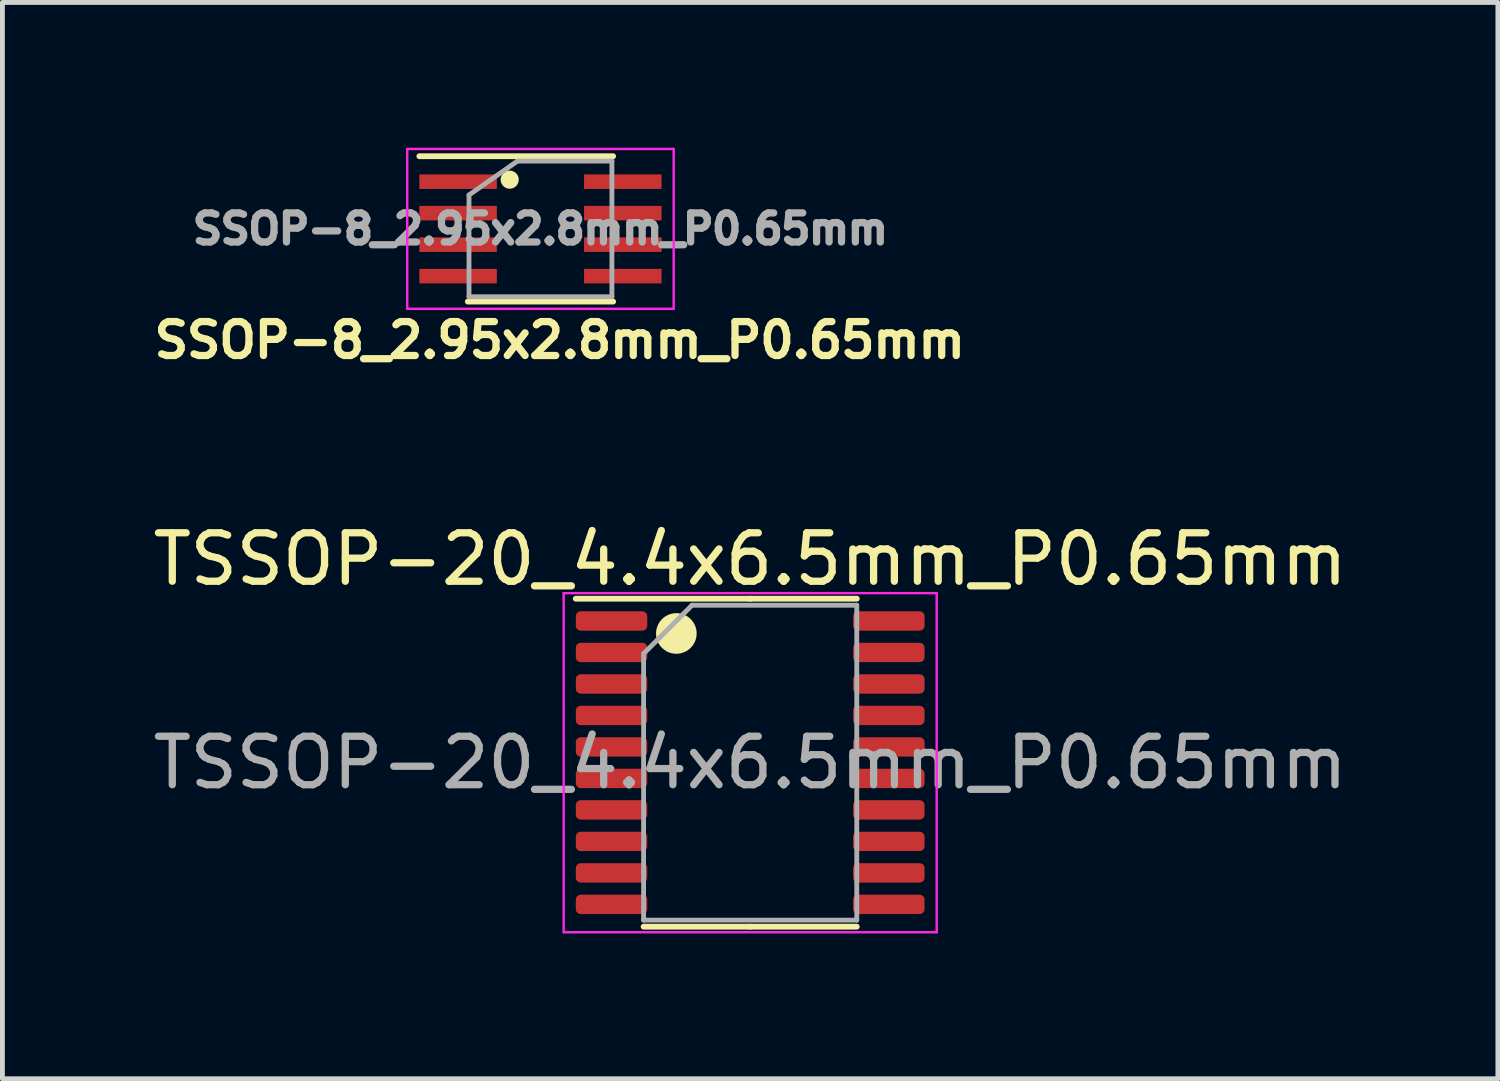
<source format=kicad_pcb>
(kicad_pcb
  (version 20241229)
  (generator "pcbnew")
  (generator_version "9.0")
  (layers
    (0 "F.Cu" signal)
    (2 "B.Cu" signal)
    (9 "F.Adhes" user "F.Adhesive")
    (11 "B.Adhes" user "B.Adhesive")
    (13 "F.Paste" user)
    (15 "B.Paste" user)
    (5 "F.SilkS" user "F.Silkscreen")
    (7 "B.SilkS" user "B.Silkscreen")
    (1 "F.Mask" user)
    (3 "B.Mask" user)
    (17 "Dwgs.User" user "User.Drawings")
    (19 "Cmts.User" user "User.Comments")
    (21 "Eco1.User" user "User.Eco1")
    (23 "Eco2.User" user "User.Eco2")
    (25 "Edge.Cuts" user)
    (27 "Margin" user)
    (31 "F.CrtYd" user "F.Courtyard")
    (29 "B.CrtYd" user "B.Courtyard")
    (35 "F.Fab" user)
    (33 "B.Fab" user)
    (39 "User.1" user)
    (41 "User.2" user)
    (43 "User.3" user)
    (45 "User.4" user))
  (footprint "TSSOP-20_4.4x6.5mm_P0.65mm"
    (layer "F.Cu")
    (at 12.435 12.693)
    (property "Reference" "TSSOP-20_4.4x6.5mm_P0.65mm" (at 0 -4.2 0) (layer "F.SilkS") (effects (font (size 1 1) (thickness 0.15))))
    (attr smd)
    (fp_line (start 0 -3.385) (end -3.6 -3.385) (stroke (width 0.12) (type solid)) (layer "F.SilkS"))
    (fp_line (start 0 -3.385) (end 2.2 -3.385) (stroke (width 0.12) (type solid)) (layer "F.SilkS"))
    (fp_line (start 0 3.385) (end -2.2 3.385) (stroke (width 0.12) (type solid)) (layer "F.SilkS"))
    (fp_line (start 0 3.385) (end 2.2 3.385) (stroke (width 0.12) (type solid)) (layer "F.SilkS"))
    (fp_circle (center -1.524 -2.667) (end -1.165 -2.667) (stroke (width 0.12) (type solid)) (fill yes) (layer "F.SilkS"))
    (fp_line (start -3.85 -3.5) (end -3.85 3.5) (stroke (width 0.05) (type solid)) (layer "F.CrtYd"))
    (fp_line (start -3.85 3.5) (end 3.85 3.5) (stroke (width 0.05) (type solid)) (layer "F.CrtYd"))
    (fp_line (start 3.85 -3.5) (end -3.85 -3.5) (stroke (width 0.05) (type solid)) (layer "F.CrtYd"))
    (fp_line (start 3.85 3.5) (end 3.85 -3.5) (stroke (width 0.05) (type solid)) (layer "F.CrtYd"))
    (fp_line (start -2.2 -2.25) (end -1.2 -3.25) (stroke (width 0.1) (type solid)) (layer "F.Fab"))
    (fp_line (start -2.2 3.25) (end -2.2 -2.25) (stroke (width 0.1) (type solid)) (layer "F.Fab"))
    (fp_line (start -1.2 -3.25) (end 2.2 -3.25) (stroke (width 0.1) (type solid)) (layer "F.Fab"))
    (fp_line (start 2.2 -3.25) (end 2.2 3.25) (stroke (width 0.1) (type solid)) (layer "F.Fab"))
    (fp_line (start 2.2 3.25) (end -2.2 3.25) (stroke (width 0.1) (type solid)) (layer "F.Fab"))
    (fp_text user "${REFERENCE}" (at 0 0 0) (layer "F.Fab") (effects (font (size 1 1) (thickness 0.15))))
    (pad "1" smd roundrect (at -2.862 -2.925) (size 1.475 0.4) (layers "F.Cu" "F.Mask" "F.Paste") (roundrect_rratio 0.25))
    (pad "2" smd roundrect (at -2.862 -2.275) (size 1.475 0.4) (layers "F.Cu" "F.Mask" "F.Paste") (roundrect_rratio 0.25))
    (pad "3" smd roundrect (at -2.862 -1.625) (size 1.475 0.4) (layers "F.Cu" "F.Mask" "F.Paste") (roundrect_rratio 0.25))
    (pad "4" smd roundrect (at -2.862 -0.975) (size 1.475 0.4) (layers "F.Cu" "F.Mask" "F.Paste") (roundrect_rratio 0.25))
    (pad "5" smd roundrect (at -2.862 -0.325) (size 1.475 0.4) (layers "F.Cu" "F.Mask" "F.Paste") (roundrect_rratio 0.25))
    (pad "6" smd roundrect (at -2.862 0.325) (size 1.475 0.4) (layers "F.Cu" "F.Mask" "F.Paste") (roundrect_rratio 0.25))
    (pad "7" smd roundrect (at -2.862 0.975) (size 1.475 0.4) (layers "F.Cu" "F.Mask" "F.Paste") (roundrect_rratio 0.25))
    (pad "8" smd roundrect (at -2.862 1.625) (size 1.475 0.4) (layers "F.Cu" "F.Mask" "F.Paste") (roundrect_rratio 0.25))
    (pad "9" smd roundrect (at -2.862 2.275) (size 1.475 0.4) (layers "F.Cu" "F.Mask" "F.Paste") (roundrect_rratio 0.25))
    (pad "10" smd roundrect (at -2.862 2.925) (size 1.475 0.4) (layers "F.Cu" "F.Mask" "F.Paste") (roundrect_rratio 0.25))
    (pad "11" smd roundrect (at 2.862 2.925) (size 1.475 0.4) (layers "F.Cu" "F.Mask" "F.Paste") (roundrect_rratio 0.25))
    (pad "12" smd roundrect (at 2.862 2.275) (size 1.475 0.4) (layers "F.Cu" "F.Mask" "F.Paste") (roundrect_rratio 0.25))
    (pad "13" smd roundrect (at 2.862 1.625) (size 1.475 0.4) (layers "F.Cu" "F.Mask" "F.Paste") (roundrect_rratio 0.25))
    (pad "14" smd roundrect (at 2.862 0.975) (size 1.475 0.4) (layers "F.Cu" "F.Mask" "F.Paste") (roundrect_rratio 0.25))
    (pad "15" smd roundrect (at 2.862 0.325) (size 1.475 0.4) (layers "F.Cu" "F.Mask" "F.Paste") (roundrect_rratio 0.25))
    (pad "16" smd roundrect (at 2.862 -0.325) (size 1.475 0.4) (layers "F.Cu" "F.Mask" "F.Paste") (roundrect_rratio 0.25))
    (pad "17" smd roundrect (at 2.862 -0.975) (size 1.475 0.4) (layers "F.Cu" "F.Mask" "F.Paste") (roundrect_rratio 0.25))
    (pad "18" smd roundrect (at 2.862 -1.625) (size 1.475 0.4) (layers "F.Cu" "F.Mask" "F.Paste") (roundrect_rratio 0.25))
    (pad "19" smd roundrect (at 2.862 -2.275) (size 1.475 0.4) (layers "F.Cu" "F.Mask" "F.Paste") (roundrect_rratio 0.25))
    (pad "20" smd roundrect (at 2.862 -2.925) (size 1.475 0.4) (layers "F.Cu" "F.Mask" "F.Paste") (roundrect_rratio 0.25)))
  (footprint "SSOP-8_2.95x2.8mm_P0.65mm"
    (layer "F.Cu")
    (at 8.106 1.675)
    (property "Reference" "SSOP-8_2.95x2.8mm_P0.65mm" (at 0.399 2.297 180) (layer "F.SilkS") (effects (font (size 0.7 0.7) (thickness 0.15))))
    (attr smd)
    (fp_line (start 1.5 -1.5) (end -2.5 -1.5) (stroke (width 0.12) (type solid)) (layer "F.SilkS"))
    (fp_line (start 1.5 1.5) (end -1.5 1.5) (stroke (width 0.12) (type solid)) (layer "F.SilkS"))
    (fp_circle (center -0.635 -1.016) (end -0.508 -1.016) (stroke (width 0.12) (type solid)) (fill yes) (layer "F.SilkS"))
    (fp_line (start -2.75 -1.65) (end 2.75 -1.65) (stroke (width 0.05) (type solid)) (layer "F.CrtYd"))
    (fp_line (start -2.75 1.65) (end -2.75 -1.65) (stroke (width 0.05) (type solid)) (layer "F.CrtYd"))
    (fp_line (start 2.75 -1.65) (end 2.75 1.65) (stroke (width 0.05) (type solid)) (layer "F.CrtYd"))
    (fp_line (start 2.75 1.65) (end -2.75 1.65) (stroke (width 0.05) (type solid)) (layer "F.CrtYd"))
    (fp_line (start -1.475 1.4) (end -1.475 -0.7) (stroke (width 0.1) (type solid)) (layer "F.Fab"))
    (fp_line (start -0.475 -1.4) (end -1.475 -0.7) (stroke (width 0.1) (type solid)) (layer "F.Fab"))
    (fp_line (start -0.475 -1.4) (end 1.475 -1.4) (stroke (width 0.1) (type solid)) (layer "F.Fab"))
    (fp_line (start 1.475 -1.4) (end 1.475 1.4) (stroke (width 0.1) (type solid)) (layer "F.Fab"))
    (fp_line (start 1.475 1.4) (end -1.475 1.4) (stroke (width 0.1) (type solid)) (layer "F.Fab"))
    (fp_text user "${REFERENCE}" (at 0 0 0) (layer "F.Fab") (effects (font (size 0.6 0.6) (thickness 0.15))))
    (pad "1" smd rect (at -1.7 -0.975 270) (size 0.3 1.6) (layers "F.Cu" "F.Mask" "F.Paste"))
    (pad "2" smd rect (at -1.7 -0.325 270) (size 0.3 1.6) (layers "F.Cu" "F.Mask" "F.Paste"))
    (pad "3" smd rect (at -1.7 0.325 270) (size 0.3 1.6) (layers "F.Cu" "F.Mask" "F.Paste"))
    (pad "4" smd rect (at -1.7 0.975 270) (size 0.3 1.6) (layers "F.Cu" "F.Mask" "F.Paste"))
    (pad "5" smd rect (at 1.7 0.975 270) (size 0.3 1.6) (layers "F.Cu" "F.Mask" "F.Paste"))
    (pad "6" smd rect (at 1.7 0.325 270) (size 0.3 1.6) (layers "F.Cu" "F.Mask" "F.Paste"))
    (pad "7" smd rect (at 1.7 -0.325 270) (size 0.3 1.6) (layers "F.Cu" "F.Mask" "F.Paste"))
    (pad "8" smd rect (at 1.7 -0.975 270) (size 0.3 1.6) (layers "F.Cu" "F.Mask" "F.Paste")))
  (gr_rect
    (start -3 -3)
    (end 27.869 19.218)
    (stroke (width 0.1) (type default))
    (fill no)
    (layer "Edge.Cuts")))
</source>
